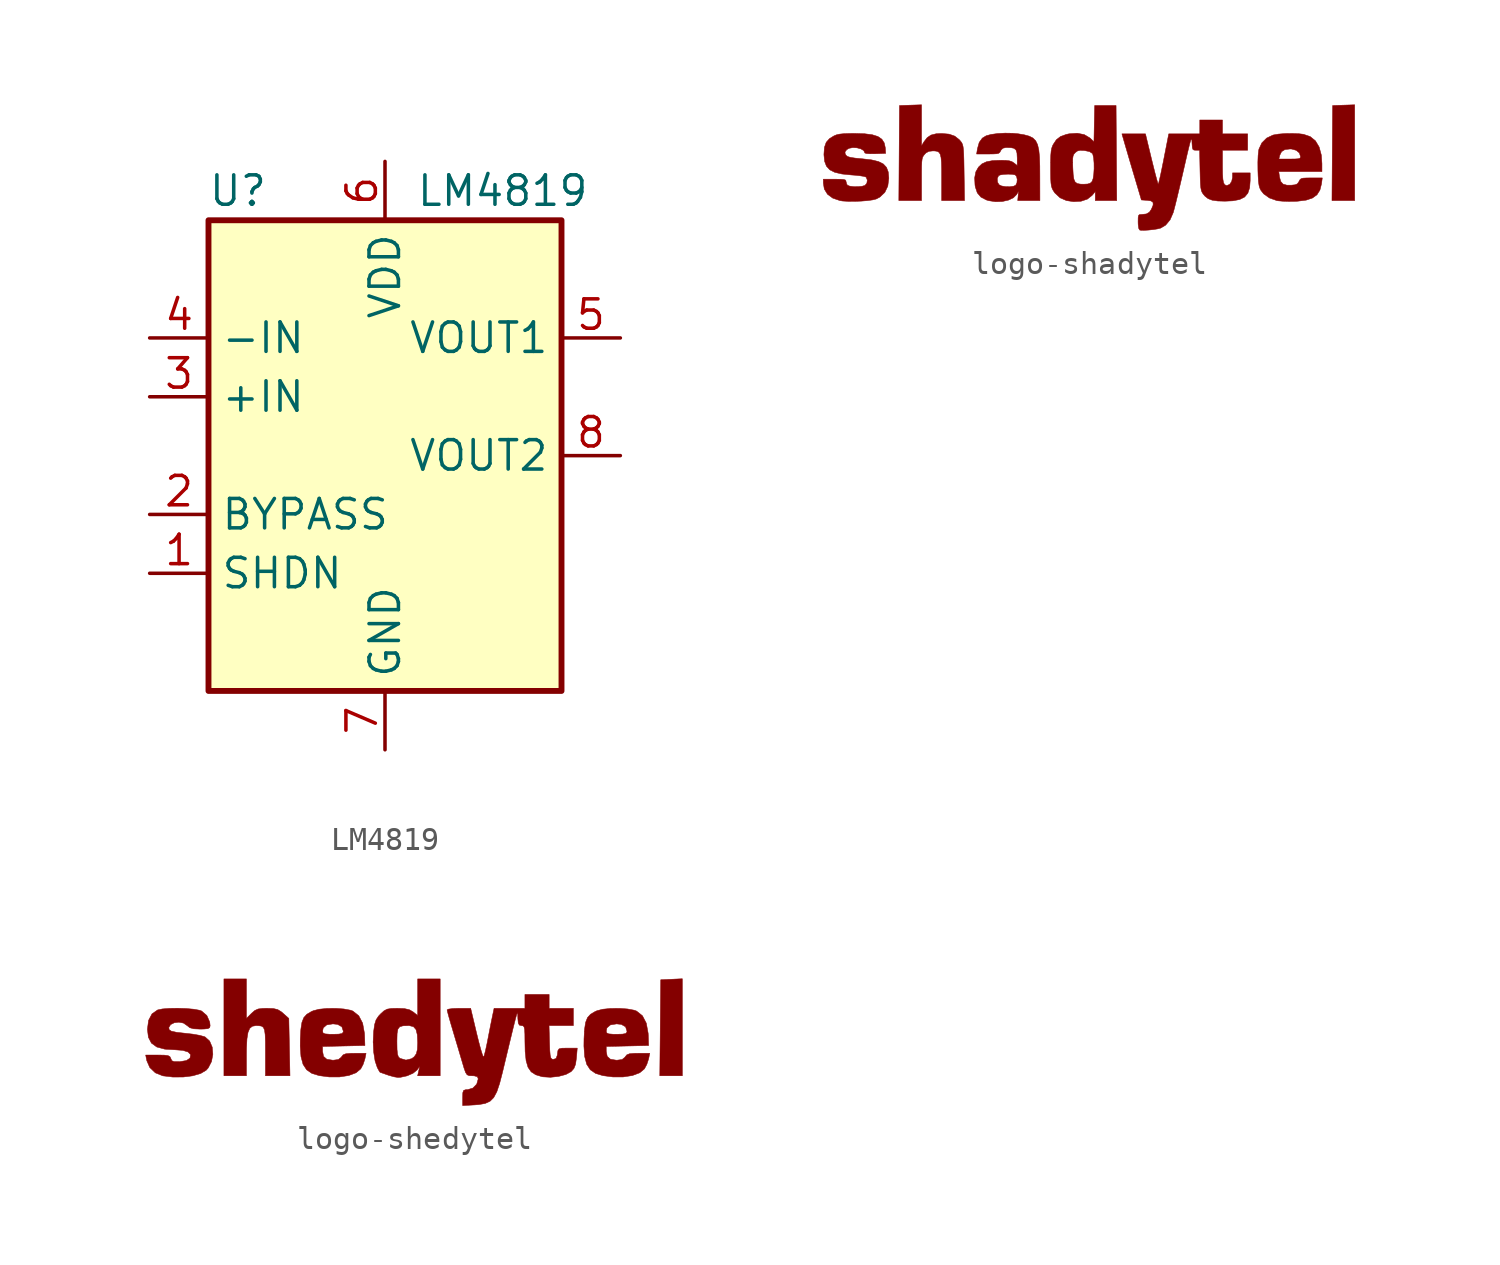
<source format=kicad_sym>
(kicad_symbol_lib
  (version 20211014)
  (generator kicad_symbol_editor)
  (symbol "LM4819"
    (property "Reference" "U"
      (at -6.35 11.43 0)
      (effects (font (size 1.27 1.27))))
    (property "Value" "LM4819"
      (at 5.08 11.43 0)
      (effects (font (size 1.27 1.27))))
    (symbol "LM4819_0_1"
      (rectangle (start -7.62 10.16) (end 7.62 -10.16) (stroke (width 0.254) (type default) (color 0 0 0 0)) (fill (type background))))
    (symbol "LM4819_1_1"
      (pin input line (at -10.16 -5.08 0) (length 2.54) (name "SHDN" (effects (font (size 1.27 1.27)))) (number "1" (effects (font (size 1.27 1.27)))))
      (pin passive line (at -10.16 -2.54 0) (length 2.54) (name "BYPASS" (effects (font (size 1.27 1.27)))) (number "2" (effects (font (size 1.27 1.27)))))
      (pin input line (at -10.16 2.54 0) (length 2.54) (name "+IN" (effects (font (size 1.27 1.27)))) (number "3" (effects (font (size 1.27 1.27)))))
      (pin input line (at -10.16 5.08 0) (length 2.54) (name "-IN" (effects (font (size 1.27 1.27)))) (number "4" (effects (font (size 1.27 1.27)))))
      (pin output line (at 10.16 5.08 180) (length 2.54) (name "VOUT1" (effects (font (size 1.27 1.27)))) (number "5" (effects (font (size 1.27 1.27)))))
      (pin power_in line (at 0 12.7 270) (length 2.54) (name "VDD" (effects (font (size 1.27 1.27)))) (number "6" (effects (font (size 1.27 1.27)))))
      (pin power_in line (at 0 -12.7 90) (length 2.54) (name "GND" (effects (font (size 1.27 1.27)))) (number "7" (effects (font (size 1.27 1.27)))))
      (pin output line (at 10.16 0 180) (length 2.54) (name "VOUT2" (effects (font (size 1.27 1.27)))) (number "8" (effects (font (size 1.27 1.27)))))))
  (symbol "logo-shadytel"
    (pin_names
      (offset 1.016))
    (property "Reference" "#G"
      (at 0 2.792 0)
      (effects (font (size 1.27 1.27)) hide))
    (symbol "logo-shadytel_0_0"
      (polyline (pts (xy 11.313 2.289) (xy 10.361 2.257) (xy 10.347 0.204) (xy 10.333 -1.849) (xy 11.313 -1.849) (xy 11.313 2.289)) (stroke (width 0.01) (type default) (color 0 0 0 0)) (fill (type outline)))
      (polyline (pts (xy -7.397 -0.928) (xy -7.397 -0.622) (xy -7.394 -0.366) (xy -7.386 -0.185) (xy -7.372 -0.062) (xy -7.349 0.023) (xy -7.314 0.086) (xy -7.267 0.145) (xy -7.206 0.209) (xy -7.082 0.278) (xy -6.908 0.297) (xy -6.82 0.295) (xy -6.716 0.278) (xy -6.64 0.234) (xy -6.588 0.148) (xy -6.554 0.007) (xy -6.536 -0.203) (xy -6.528 -0.494) (xy -6.527 -0.881) (xy -6.527 -1.849) (xy -5.54 -1.849) (xy -5.558 -0.656) (xy -5.561 -0.444) (xy -5.567 -0.101) (xy -5.575 0.157) (xy -5.586 0.344) (xy -5.602 0.475) (xy -5.623 0.566) (xy -5.652 0.633) (xy -5.689 0.69) (xy -5.762 0.777) (xy -5.96 0.935) (xy -6.208 1.022) (xy -6.529 1.049) (xy -6.768 1.037) (xy -6.987 0.982) (xy -7.152 0.871) (xy -7.291 0.691) (xy -7.397 0.517) (xy -7.397 1.403) (xy -7.397 2.289) (xy -8.349 2.257) (xy -8.363 0.204) (xy -8.377 -1.849) (xy -7.397 -1.849) (xy -7.397 -0.928)) (stroke (width 0.01) (type default) (color 0 0 0 0)) (fill (type outline)))
      (polyline (pts (xy -0.507 -1.877) (xy -0.234 -1.786) (xy -0.031 -1.626) (xy 0.109 -1.46) (xy 0.109 -1.849) (xy 1.035 -1.849) (xy 1.02 0.204) (xy 1.006 2.257) (xy 0.082 2.257) (xy 0.066 1.473) (xy 0.051 0.69) (xy -0.104 0.839) (xy -0.126 0.858) (xy -0.368 1.001) (xy -0.671 1.06) (xy -1.026 1.035) (xy -1.142 1.01) (xy -1.392 0.92) (xy -1.574 0.778) (xy -1.713 0.568) (xy -1.736 0.519) (xy -1.774 0.416) (xy -1.798 0.291) (xy -1.813 0.122) (xy -1.82 -0.113) (xy -1.821 -0.203) (xy -0.868 -0.203) (xy -0.866 -0.031) (xy -0.849 0.08) (xy -0.816 0.154) (xy -0.76 0.219) (xy -0.751 0.228) (xy -0.658 0.296) (xy -0.544 0.321) (xy -0.365 0.313) (xy -0.356 0.312) (xy -0.139 0.267) (xy -0.018 0.187) (xy 0.004 0.141) (xy 0.038 -0.016) (xy 0.055 -0.232) (xy 0.057 -0.473) (xy 0.043 -0.707) (xy 0.014 -0.901) (xy -0.03 -1.021) (xy -0.035 -1.028) (xy -0.11 -1.099) (xy -0.221 -1.133) (xy -0.404 -1.142) (xy -0.537 -1.138) (xy -0.673 -1.112) (xy -0.763 -1.045) (xy -0.817 -0.921) (xy -0.846 -0.722) (xy -0.862 -0.432) (xy -0.868 -0.203) (xy -1.821 -0.203) (xy -1.822 -0.435) (xy -1.821 -0.637) (xy -1.817 -0.901) (xy -1.806 -1.089) (xy -1.787 -1.223) (xy -1.756 -1.322) (xy -1.713 -1.408) (xy -1.639 -1.518) (xy -1.413 -1.729) (xy -1.135 -1.849) (xy -0.831 -1.895) (xy -0.507 -1.877)) (stroke (width 0.01) (type default) (color 0 0 0 0)) (fill (type outline)))
      (polyline (pts (xy 8.707 -1.883) (xy 8.858 -1.875) (xy 9.22 -1.829) (xy 9.493 -1.737) (xy 9.687 -1.594) (xy 9.812 -1.393) (xy 9.879 -1.129) (xy 9.914 -0.87) (xy 9.447 -0.87) (xy 9.231 -0.872) (xy 9.085 -0.88) (xy 8.999 -0.903) (xy 8.948 -0.948) (xy 8.909 -1.02) (xy 8.896 -1.046) (xy 8.834 -1.127) (xy 8.736 -1.167) (xy 8.566 -1.185) (xy 8.39 -1.185) (xy 8.22 -1.137) (xy 8.117 -1.022) (xy 8.066 -0.828) (xy 8.035 -0.598) (xy 9.899 -0.598) (xy 9.899 -0.255) (xy 9.873 0.115) (xy 9.778 0.465) (xy 9.617 0.733) (xy 9.39 0.917) (xy 9.099 1.015) (xy 8.918 1.037) (xy 8.62 1.05) (xy 8.306 1.046) (xy 8.018 1.023) (xy 7.796 0.984) (xy 7.782 0.98) (xy 7.511 0.851) (xy 7.304 0.644) (xy 7.179 0.379) (xy 7.165 0.313) (xy 7.142 0.095) (xy 7.136 -0.054) (xy 8.038 -0.054) (xy 8.074 0.095) (xy 8.077 0.108) (xy 8.156 0.266) (xy 8.299 0.354) (xy 8.522 0.381) (xy 8.593 0.377) (xy 8.791 0.321) (xy 8.925 0.208) (xy 8.974 0.054) (xy 8.971 0.017) (xy 8.944 -0.022) (xy 8.871 -0.043) (xy 8.733 -0.052) (xy 8.506 -0.054) (xy 8.038 -0.054) (xy 7.136 -0.054) (xy 7.131 -0.197) (xy 7.134 -0.542) (xy 7.142 -0.781) (xy 7.157 -1.017) (xy 7.18 -1.185) (xy 7.213 -1.306) (xy 7.261 -1.404) (xy 7.381 -1.558) (xy 7.631 -1.737) (xy 7.951 -1.849) (xy 8.007 -1.858) (xy 8.201 -1.876) (xy 8.448 -1.884) (xy 8.707 -1.883)) (stroke (width 0.01) (type default) (color 0 0 0 0)) (fill (type outline)))
      (polyline (pts (xy -3.908 -1.888) (xy -3.642 -1.829) (xy -3.426 -1.726) (xy -3.287 -1.584) (xy -3.205 -1.441) (xy -3.242 -1.849) (xy -2.284 -1.849) (xy -2.286 -0.748) (xy -2.288 -0.355) (xy -2.301 0.034) (xy -2.331 0.338) (xy -2.384 0.567) (xy -2.466 0.735) (xy -2.584 0.853) (xy -2.745 0.934) (xy -2.954 0.991) (xy -3.219 1.036) (xy -3.463 1.059) (xy -3.788 1.065) (xy -4.11 1.047) (xy -4.394 1.008) (xy -4.605 0.95) (xy -4.771 0.849) (xy -4.905 0.664) (xy -4.981 0.394) (xy -5.018 0.163) (xy -4.53 0.163) (xy -4.306 0.165) (xy -4.155 0.173) (xy -4.066 0.194) (xy -4.016 0.234) (xy -3.98 0.299) (xy -3.955 0.345) (xy -3.876 0.415) (xy -3.745 0.443) (xy -3.535 0.436) (xy -3.41 0.412) (xy -3.32 0.343) (xy -3.275 0.209) (xy -3.263 -0.011) (xy -3.263 -0.334) (xy -3.407 -0.222) (xy -3.492 -0.167) (xy -3.604 -0.131) (xy -3.766 -0.113) (xy -4.007 -0.109) (xy -4.327 -0.122) (xy -4.591 -0.172) (xy -4.788 -0.264) (xy -4.937 -0.404) (xy -5.052 -0.608) (xy -5.101 -0.859) (xy -5.1 -0.899) (xy -4.127 -0.899) (xy -4.068 -0.772) (xy -3.992 -0.74) (xy -3.84 -0.716) (xy -3.656 -0.707) (xy -3.479 -0.714) (xy -3.349 -0.74) (xy -3.291 -0.809) (xy -3.264 -0.939) (xy -3.276 -1.079) (xy -3.329 -1.186) (xy -3.42 -1.228) (xy -3.584 -1.25) (xy -3.771 -1.246) (xy -3.94 -1.217) (xy -4.048 -1.165) (xy -4.115 -1.052) (xy -4.127 -0.899) (xy -5.1 -0.899) (xy -5.087 -1.177) (xy -5.074 -1.259) (xy -4.988 -1.516) (xy -4.833 -1.698) (xy -4.596 -1.822) (xy -4.489 -1.854) (xy -4.199 -1.898) (xy -3.908 -1.888)) (stroke (width 0.01) (type default) (color 0 0 0 0)) (fill (type outline)))
      (polyline (pts (xy -10.004 -1.872) (xy -9.729 -1.85) (xy -9.5 -1.818) (xy -9.35 -1.779) (xy -9.196 -1.697) (xy -8.983 -1.495) (xy -8.854 -1.224) (xy -8.811 -0.888) (xy -8.811 -0.867) (xy -8.836 -0.611) (xy -8.911 -0.414) (xy -9.048 -0.267) (xy -9.258 -0.162) (xy -9.553 -0.091) (xy -9.944 -0.045) (xy -9.978 -0.043) (xy -10.266 -0.014) (xy -10.463 0.016) (xy -10.585 0.052) (xy -10.647 0.095) (xy -10.693 0.163) (xy -10.704 0.252) (xy -10.629 0.35) (xy -10.531 0.409) (xy -10.367 0.44) (xy -10.186 0.43) (xy -10.017 0.385) (xy -9.893 0.31) (xy -9.845 0.211) (xy -9.842 0.206) (xy -9.773 0.184) (xy -9.617 0.173) (xy -9.396 0.175) (xy -8.947 0.19) (xy -8.959 0.394) (xy -8.962 0.432) (xy -9.008 0.642) (xy -9.111 0.802) (xy -9.281 0.919) (xy -9.526 0.996) (xy -9.858 1.038) (xy -10.286 1.051) (xy -10.517 1.049) (xy -10.761 1.04) (xy -10.937 1.022) (xy -11.068 0.992) (xy -11.179 0.946) (xy -11.371 0.829) (xy -11.514 0.668) (xy -11.59 0.454) (xy -11.612 0.163) (xy -11.612 0.123) (xy -11.584 -0.152) (xy -11.504 -0.363) (xy -11.36 -0.52) (xy -11.142 -0.629) (xy -10.839 -0.7) (xy -10.441 -0.741) (xy -10.266 -0.754) (xy -10.047 -0.778) (xy -9.884 -0.804) (xy -9.804 -0.83) (xy -9.785 -0.848) (xy -9.739 -0.965) (xy -9.759 -1.099) (xy -9.841 -1.195) (xy -9.842 -1.195) (xy -9.969 -1.231) (xy -10.147 -1.248) (xy -10.338 -1.246) (xy -10.5 -1.225) (xy -10.595 -1.186) (xy -10.626 -1.143) (xy -10.66 -1.022) (xy -10.664 -0.993) (xy -10.693 -0.957) (xy -10.771 -0.936) (xy -10.916 -0.927) (xy -11.15 -0.925) (xy -11.639 -0.925) (xy -11.639 -1.093) (xy -11.596 -1.352) (xy -11.459 -1.575) (xy -11.232 -1.743) (xy -10.919 -1.85) (xy -10.81 -1.867) (xy -10.575 -1.881) (xy -10.297 -1.883) (xy -10.004 -1.872)) (stroke (width 0.01) (type default) (color 0 0 0 0)) (fill (type outline)))
      (polyline (pts (xy 2.405 -3.123) (xy 2.613 -3.101) (xy 2.802 -3.071) (xy 2.934 -3.037) (xy 3.147 -2.91) (xy 3.338 -2.682) (xy 3.475 -2.368) (xy 3.477 -2.362) (xy 3.517 -2.216) (xy 3.577 -1.983) (xy 3.651 -1.679) (xy 3.736 -1.323) (xy 3.828 -0.931) (xy 3.923 -0.521) (xy 3.998 -0.194) (xy 4.082 0.172) (xy 4.148 0.446) (xy 4.197 0.638) (xy 4.232 0.757) (xy 4.255 0.809) (xy 4.271 0.806) (xy 4.28 0.754) (xy 4.286 0.662) (xy 4.288 0.611) (xy 4.3 0.448) (xy 4.324 0.364) (xy 4.373 0.332) (xy 4.459 0.326) (xy 4.616 0.326) (xy 4.633 -0.54) (xy 4.634 -0.577) (xy 4.642 -0.899) (xy 4.652 -1.133) (xy 4.667 -1.297) (xy 4.689 -1.41) (xy 4.721 -1.492) (xy 4.764 -1.56) (xy 4.843 -1.655) (xy 4.981 -1.764) (xy 5.156 -1.831) (xy 5.391 -1.866) (xy 5.711 -1.875) (xy 6.05 -1.859) (xy 6.347 -1.802) (xy 6.56 -1.694) (xy 6.699 -1.528) (xy 6.776 -1.294) (xy 6.799 -0.984) (xy 6.799 -0.653) (xy 6.037 -0.653) (xy 6.037 -0.839) (xy 6.037 -0.851) (xy 6 -1.022) (xy 5.914 -1.148) (xy 5.8 -1.197) (xy 5.756 -1.192) (xy 5.691 -1.156) (xy 5.647 -1.071) (xy 5.62 -0.921) (xy 5.606 -0.692) (xy 5.602 -0.37) (xy 5.602 0.326) (xy 6.69 0.326) (xy 6.69 1.033) (xy 5.602 1.033) (xy 5.602 1.632) (xy 4.623 1.632) (xy 4.623 1.033) (xy 3.282 1.033) (xy 3.069 -0.054) (xy 3.053 -0.136) (xy 2.988 -0.456) (xy 2.93 -0.732) (xy 2.881 -0.949) (xy 2.846 -1.091) (xy 2.828 -1.142) (xy 2.825 -1.138) (xy 2.799 -1.062) (xy 2.753 -0.9) (xy 2.691 -0.668) (xy 2.619 -0.38) (xy 2.538 -0.054) (xy 2.276 1.033) (xy 1.259 1.033) (xy 1.365 0.666) (xy 1.366 0.662) (xy 1.416 0.49) (xy 1.49 0.238) (xy 1.58 -0.07) (xy 1.681 -0.411) (xy 1.785 -0.761) (xy 2.1 -1.822) (xy 2.355 -1.839) (xy 2.515 -1.863) (xy 2.604 -1.927) (xy 2.607 -2.044) (xy 2.531 -2.226) (xy 2.446 -2.35) (xy 2.315 -2.426) (xy 2.117 -2.447) (xy 2.097 -2.448) (xy 2.017 -2.455) (xy 1.976 -2.494) (xy 1.96 -2.59) (xy 1.958 -2.769) (xy 1.961 -2.877) (xy 1.983 -3.046) (xy 2.026 -3.121) (xy 2.07 -3.13) (xy 2.212 -3.134) (xy 2.405 -3.123)) (stroke (width 0.01) (type default) (color 0 0 0 0)) (fill (type outline)))))
  (symbol "logo-shedytel"
    (pin_names
      (offset 1.016))
    (property "Reference" "#G"
      (at 0 2.652 0)
      (effects (font (size 1.27 1.27)) hide))
    (symbol "logo-shedytel_0_0"
      (polyline (pts (xy 11.579 2.547) (xy 11.113 2.525) (xy 10.646 2.503) (xy 10.626 0.43) (xy 10.606 -1.643) (xy 11.579 -1.643) (xy 11.579 2.547)) (stroke (width 0.01) (type default) (color 0 0 0 0)) (fill (type outline)))
      (polyline (pts (xy -7.247 -0.726) (xy -7.244 -0.449) (xy -7.224 -0.051) (xy -7.179 0.228) (xy -7.104 0.404) (xy -6.992 0.496) (xy -6.838 0.523) (xy -6.727 0.521) (xy -6.601 0.504) (xy -6.516 0.448) (xy -6.464 0.331) (xy -6.437 0.131) (xy -6.426 -0.174) (xy -6.425 -0.606) (xy -6.425 -1.643) (xy -5.366 -1.643) (xy -5.416 0.834) (xy -5.66 1.052) (xy -5.746 1.125) (xy -5.9 1.218) (xy -6.084 1.26) (xy -6.357 1.27) (xy -6.535 1.267) (xy -6.739 1.242) (xy -6.885 1.177) (xy -7.028 1.052) (xy -7.247 0.833) (xy -7.247 2.54) (xy -8.218 2.54) (xy -8.218 -1.643) (xy -7.247 -1.643) (xy -7.247 -0.726)) (stroke (width 0.01) (type default) (color 0 0 0 0)) (fill (type outline)))
      (polyline (pts (xy -0.592 -1.709) (xy -0.309 -1.647) (xy -0.052 -1.535) (xy 0.118 -1.398) (xy 0.24 -1.233) (xy 0.147 -1.643) (xy 1.121 -1.643) (xy 1.121 2.54) (xy 0.149 2.54) (xy 0.149 0.96) (xy -0.047 1.115) (xy -0.05 1.117) (xy -0.21 1.21) (xy -0.42 1.257) (xy -0.727 1.27) (xy -0.99 1.264) (xy -1.17 1.234) (xy -1.307 1.161) (xy -1.454 1.027) (xy -1.545 0.929) (xy -1.648 0.771) (xy -1.71 0.574) (xy -1.751 0.282) (xy -1.753 0.26) (xy -1.774 -0.185) (xy -1.773 -0.191) (xy -0.747 -0.191) (xy -0.747 -0.137) (xy -0.74 0.175) (xy -0.706 0.369) (xy -0.627 0.473) (xy -0.484 0.515) (xy -0.258 0.523) (xy -0.208 0.522) (xy -0.033 0.477) (xy 0.077 0.354) (xy 0.133 0.13) (xy 0.149 -0.219) (xy 0.137 -0.506) (xy 0.091 -0.692) (xy 0 -0.822) (xy -0.111 -0.905) (xy -0.359 -0.965) (xy -0.616 -0.89) (xy -0.681 -0.829) (xy -0.722 -0.712) (xy -0.742 -0.51) (xy -0.747 -0.191) (xy -1.773 -0.191) (xy -1.751 -0.622) (xy -1.69 -1.006) (xy -1.595 -1.289) (xy -1.592 -1.294) (xy -1.515 -1.436) (xy -1.474 -1.495) (xy -1.459 -1.499) (xy -1.345 -1.538) (xy -1.158 -1.604) (xy -1.097 -1.625) (xy -0.874 -1.688) (xy -0.71 -1.714) (xy -0.592 -1.709)) (stroke (width 0.01) (type default) (color 0 0 0 0)) (fill (type outline)))
      (polyline (pts (xy -3.225 -1.693) (xy -2.828 -1.632) (xy -2.513 -1.514) (xy -2.31 -1.345) (xy -2.207 -1.152) (xy -2.129 -0.915) (xy -2.08 -0.672) (xy -2.569 -0.672) (xy -2.751 -0.675) (xy -2.954 -0.693) (xy -3.07 -0.739) (xy -3.138 -0.822) (xy -3.15 -0.842) (xy -3.275 -0.942) (xy -3.499 -0.971) (xy -3.519 -0.971) (xy -3.775 -0.93) (xy -3.916 -0.806) (xy -3.959 -0.585) (xy -3.959 -0.378) (xy -3.044 -0.357) (xy -2.129 -0.336) (xy -2.144 0.092) (xy -2.149 0.191) (xy -2.228 0.629) (xy -2.396 0.95) (xy -2.65 1.152) (xy -2.751 1.189) (xy -3.04 1.242) (xy -3.397 1.268) (xy -3.771 1.264) (xy -4.107 1.231) (xy -4.354 1.168) (xy -4.439 1.131) (xy -4.635 1.016) (xy -4.768 0.87) (xy -4.85 0.663) (xy -4.896 0.366) (xy -4.901 0.284) (xy -3.959 0.284) (xy -3.928 0.425) (xy -3.78 0.554) (xy -3.511 0.598) (xy -3.309 0.576) (xy -3.125 0.472) (xy -3.063 0.284) (xy -3.069 0.236) (xy -3.122 0.181) (xy -3.259 0.156) (xy -3.511 0.149) (xy -3.669 0.151) (xy -3.853 0.167) (xy -3.938 0.208) (xy -3.959 0.284) (xy -4.901 0.284) (xy -4.919 -0.05) (xy -4.923 -0.363) (xy -4.891 -0.812) (xy -4.802 -1.147) (xy -4.647 -1.384) (xy -4.417 -1.542) (xy -4.102 -1.637) (xy -3.676 -1.693) (xy -3.225 -1.693)) (stroke (width 0.01) (type default) (color 0 0 0 0)) (fill (type outline)))
      (polyline (pts (xy 9.026 -1.693) (xy 9.424 -1.632) (xy 9.739 -1.514) (xy 9.942 -1.345) (xy 10.045 -1.152) (xy 10.123 -0.915) (xy 10.172 -0.672) (xy 9.683 -0.672) (xy 9.5 -0.675) (xy 9.297 -0.693) (xy 9.182 -0.739) (xy 9.114 -0.822) (xy 9.102 -0.842) (xy 8.977 -0.942) (xy 8.753 -0.971) (xy 8.732 -0.971) (xy 8.476 -0.93) (xy 8.335 -0.806) (xy 8.292 -0.585) (xy 8.292 -0.378) (xy 9.207 -0.357) (xy 10.123 -0.336) (xy 10.108 0.092) (xy 10.103 0.191) (xy 10.023 0.629) (xy 9.855 0.95) (xy 9.601 1.152) (xy 9.501 1.189) (xy 9.212 1.242) (xy 8.854 1.268) (xy 8.481 1.264) (xy 8.145 1.231) (xy 7.898 1.168) (xy 7.813 1.131) (xy 7.617 1.016) (xy 7.484 0.87) (xy 7.402 0.663) (xy 7.356 0.366) (xy 7.351 0.284) (xy 8.292 0.284) (xy 8.323 0.425) (xy 8.472 0.554) (xy 8.741 0.598) (xy 8.943 0.576) (xy 9.127 0.472) (xy 9.189 0.284) (xy 9.183 0.236) (xy 9.13 0.181) (xy 8.993 0.156) (xy 8.741 0.149) (xy 8.582 0.151) (xy 8.399 0.167) (xy 8.314 0.208) (xy 8.292 0.284) (xy 7.351 0.284) (xy 7.333 -0.05) (xy 7.329 -0.363) (xy 7.361 -0.812) (xy 7.449 -1.147) (xy 7.604 -1.384) (xy 7.835 -1.542) (xy 8.15 -1.637) (xy 8.576 -1.693) (xy 9.026 -1.693)) (stroke (width 0.01) (type default) (color 0 0 0 0)) (fill (type outline)))
      (polyline (pts (xy -9.981 -1.697) (xy -9.567 -1.645) (xy -9.223 -1.545) (xy -8.986 -1.404) (xy -8.898 -1.306) (xy -8.754 -1.028) (xy -8.697 -0.715) (xy -8.724 -0.408) (xy -8.835 -0.145) (xy -9.029 0.032) (xy -9.069 0.049) (xy -9.276 0.105) (xy -9.567 0.156) (xy -9.892 0.193) (xy -9.894 0.193) (xy -10.265 0.234) (xy -10.493 0.285) (xy -10.586 0.348) (xy -10.598 0.445) (xy -10.521 0.568) (xy -10.364 0.646) (xy -10.166 0.671) (xy -9.966 0.633) (xy -9.806 0.523) (xy -9.694 0.433) (xy -9.522 0.386) (xy -9.247 0.373) (xy -9.084 0.376) (xy -8.912 0.392) (xy -8.834 0.436) (xy -8.815 0.518) (xy -8.832 0.677) (xy -8.956 0.959) (xy -9.182 1.154) (xy -9.275 1.187) (xy -9.526 1.232) (xy -9.855 1.261) (xy -10.22 1.273) (xy -10.576 1.267) (xy -10.879 1.243) (xy -11.085 1.199) (xy -11.086 1.198) (xy -11.324 1.031) (xy -11.472 0.752) (xy -11.522 0.373) (xy -11.522 0.36) (xy -11.48 0.018) (xy -11.35 -0.232) (xy -11.119 -0.4) (xy -10.775 -0.493) (xy -10.305 -0.522) (xy -9.994 -0.546) (xy -9.765 -0.617) (xy -9.657 -0.729) (xy -9.682 -0.873) (xy -9.693 -0.889) (xy -9.842 -0.986) (xy -10.117 -1.032) (xy -10.167 -1.034) (xy -10.365 -1.034) (xy -10.465 -0.994) (xy -10.511 -0.901) (xy -10.511 -0.898) (xy -10.55 -0.818) (xy -10.633 -0.772) (xy -10.796 -0.752) (xy -11.075 -0.747) (xy -11.598 -0.747) (xy -11.55 -0.99) (xy -11.421 -1.286) (xy -11.179 -1.517) (xy -10.857 -1.646) (xy -10.428 -1.698) (xy -9.981 -1.697)) (stroke (width 0.01) (type default) (color 0 0 0 0)) (fill (type outline)))
      (polyline (pts (xy 2.616 -2.901) (xy 2.792 -2.887) (xy 3.064 -2.839) (xy 3.273 -2.744) (xy 3.435 -2.582) (xy 3.568 -2.332) (xy 3.688 -1.975) (xy 3.813 -1.491) (xy 3.844 -1.361) (xy 4.007 -0.681) (xy 4.139 -0.132) (xy 4.243 0.298) (xy 4.323 0.621) (xy 4.381 0.848) (xy 4.422 0.992) (xy 4.448 1.064) (xy 4.463 1.077) (xy 4.47 1.042) (xy 4.473 0.972) (xy 4.475 0.878) (xy 4.476 0.831) (xy 4.493 0.635) (xy 4.54 0.545) (xy 4.632 0.523) (xy 4.695 0.515) (xy 4.742 0.47) (xy 4.768 0.36) (xy 4.779 0.157) (xy 4.782 -0.168) (xy 4.791 -0.597) (xy 4.832 -0.991) (xy 4.915 -1.276) (xy 5.05 -1.472) (xy 5.248 -1.6) (xy 5.517 -1.681) (xy 5.554 -1.688) (xy 5.883 -1.708) (xy 6.234 -1.671) (xy 6.55 -1.587) (xy 6.775 -1.464) (xy 6.897 -1.327) (xy 6.968 -1.147) (xy 7.006 -0.872) (xy 7.041 -0.448) (xy 6.604 -0.448) (xy 6.377 -0.453) (xy 6.257 -0.48) (xy 6.206 -0.553) (xy 6.187 -0.691) (xy 6.179 -0.754) (xy 6.126 -0.895) (xy 6.014 -0.934) (xy 5.947 -0.923) (xy 5.901 -0.872) (xy 5.872 -0.754) (xy 5.855 -0.541) (xy 5.843 -0.205) (xy 5.822 0.523) (xy 6.873 0.523) (xy 6.873 1.27) (xy 5.827 1.27) (xy 5.827 1.868) (xy 4.781 1.868) (xy 4.781 1.27) (xy 3.449 1.27) (xy 3.374 0.915) (xy 3.362 0.855) (xy 3.306 0.581) (xy 3.239 0.239) (xy 3.171 -0.112) (xy 3.141 -0.263) (xy 3.081 -0.541) (xy 3.03 -0.744) (xy 2.997 -0.836) (xy 2.984 -0.828) (xy 2.939 -0.715) (xy 2.87 -0.491) (xy 2.787 -0.181) (xy 2.695 0.191) (xy 2.438 1.27) (xy 1.919 1.27) (xy 1.667 1.261) (xy 1.488 1.237) (xy 1.419 1.205) (xy 1.439 1.115) (xy 1.493 0.912) (xy 1.575 0.627) (xy 1.675 0.29) (xy 1.759 0.007) (xy 1.884 -0.41) (xy 1.999 -0.799) (xy 2.089 -1.102) (xy 2.151 -1.312) (xy 2.219 -1.503) (xy 2.285 -1.601) (xy 2.373 -1.638) (xy 2.506 -1.643) (xy 2.59 -1.646) (xy 2.726 -1.683) (xy 2.764 -1.776) (xy 2.764 -1.778) (xy 2.699 -2.004) (xy 2.533 -2.174) (xy 2.312 -2.241) (xy 2.224 -2.244) (xy 2.134 -2.275) (xy 2.098 -2.376) (xy 2.092 -2.586) (xy 2.092 -2.93) (xy 2.616 -2.901)) (stroke (width 0.01) (type default) (color 0 0 0 0)) (fill (type outline))))))
</source>
